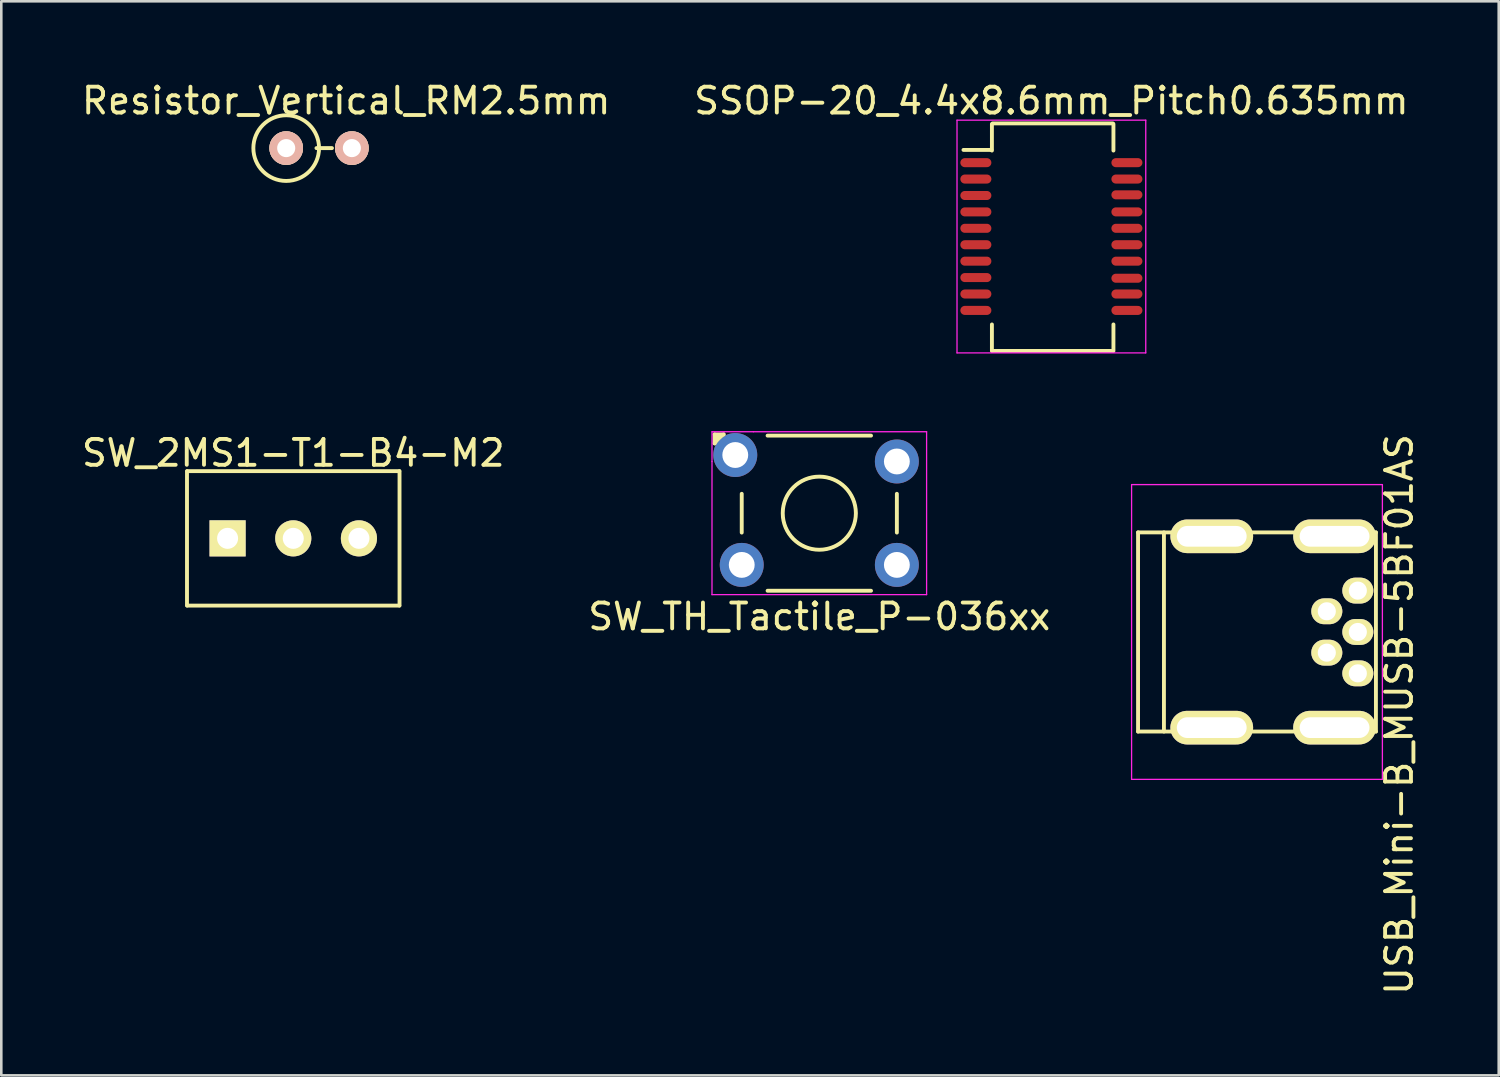
<source format=kicad_pcb>
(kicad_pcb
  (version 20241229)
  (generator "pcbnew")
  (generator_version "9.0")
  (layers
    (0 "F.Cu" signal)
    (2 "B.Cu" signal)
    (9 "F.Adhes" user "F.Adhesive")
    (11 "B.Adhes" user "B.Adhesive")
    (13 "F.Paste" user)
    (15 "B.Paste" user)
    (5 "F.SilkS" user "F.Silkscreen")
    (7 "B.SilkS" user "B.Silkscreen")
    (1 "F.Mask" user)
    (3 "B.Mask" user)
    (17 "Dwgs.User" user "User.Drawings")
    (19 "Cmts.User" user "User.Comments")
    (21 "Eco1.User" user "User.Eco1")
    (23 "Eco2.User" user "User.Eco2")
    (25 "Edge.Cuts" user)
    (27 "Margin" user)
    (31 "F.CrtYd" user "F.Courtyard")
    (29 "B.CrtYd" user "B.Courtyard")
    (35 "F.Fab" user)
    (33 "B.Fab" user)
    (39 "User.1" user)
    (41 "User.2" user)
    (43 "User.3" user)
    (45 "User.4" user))
  (footprint "USB_Mini-B_MUSB-5BF01AS"
    (layer "F.Cu")
    (at 45.565 21.392)
    (property "Reference" "USB_Mini-B_MUSB-5BF01AS" (at 5.5 3.19 90) (layer "F.SilkS") (effects (font (size 1 1) (thickness 0.15))))
    (attr smd)
    (fp_line (start -4.6 -3.851) (end -4.6 3.851) (stroke (width 0.15) (type solid)) (layer "F.SilkS"))
    (fp_line (start -4.6 3.851) (end 4.6 3.851) (stroke (width 0.15) (type solid)) (layer "F.SilkS"))
    (fp_line (start -3.599 -3.851) (end -3.599 3.851) (stroke (width 0.15) (type solid)) (layer "F.SilkS"))
    (fp_line (start 4.6 -3.851) (end -4.6 -3.851) (stroke (width 0.15) (type solid)) (layer "F.SilkS"))
    (fp_line (start 4.6 3.851) (end 4.6 -3.851) (stroke (width 0.15) (type solid)) (layer "F.SilkS"))
    (fp_line (start -4.85 -5.7) (end 4.85 -5.7) (stroke (width 0.05) (type solid)) (layer "F.CrtYd"))
    (fp_line (start -4.85 5.7) (end -4.85 -5.7) (stroke (width 0.05) (type solid)) (layer "F.CrtYd"))
    (fp_line (start 4.85 -5.7) (end 4.85 5.7) (stroke (width 0.05) (type solid)) (layer "F.CrtYd"))
    (fp_line (start 4.85 5.7) (end -4.85 5.7) (stroke (width 0.05) (type solid)) (layer "F.CrtYd"))
    (pad "1" thru_hole oval (at 3.9 -1.6) (size 1.2 1) (drill 0.7) (layers "*.Cu" "*.Mask" "F.SilkS"))
    (pad "2" thru_hole oval (at 2.7 -0.8) (size 1.2 1) (drill 0.7) (layers "*.Cu" "*.Mask" "F.SilkS"))
    (pad "3" thru_hole oval (at 3.9 0) (size 1.2 1) (drill 0.7) (layers "*.Cu" "*.Mask" "F.SilkS"))
    (pad "4" thru_hole oval (at 2.7 0.8) (size 1.2 1) (drill 0.7) (layers "*.Cu" "*.Mask" "F.SilkS"))
    (pad "5" thru_hole oval (at 3.9 1.6) (size 1.2 1) (drill 0.7) (layers "*.Cu" "*.Mask" "F.SilkS"))
    (pad "6" thru_hole oval (at -1.75 -3.7) (size 3.2 1.3) (drill oval 2.7 0.8) (layers "*.Cu" "*.Mask" "F.SilkS"))
    (pad "6" thru_hole oval (at -1.75 3.7) (size 3.2 1.3) (drill oval 2.7 0.8) (layers "*.Cu" "*.Mask" "F.SilkS"))
    (pad "6" thru_hole oval (at 3 -3.7) (size 3.2 1.3) (drill oval 2.7 0.8) (layers "*.Cu" "*.Mask" "F.SilkS"))
    (pad "6" thru_hole oval (at 3 3.7) (size 3.2 1.3) (drill oval 2.7 0.8) (layers "*.Cu" "*.Mask" "F.SilkS")))
  (footprint "Resistor_Vertical_RM2.5mm"
    (layer "F.Cu")
    (at 9.289 2.678)
    (property "Reference" "Resistor_Vertical_RM2.5mm" (at 1.05 -1.83 0) (layer "F.SilkS") (effects (font (size 1 1) (thickness 0.15))))
    (attr through_hole)
    (fp_line (start -0.1 0) (end 0.5 0) (stroke (width 0.15) (type solid)) (layer "F.SilkS"))
    (fp_circle (center -1.27 0) (end 0 0) (stroke (width 0.15) (type solid)) (fill no) (layer "F.SilkS"))
    (pad "1" thru_hole circle (at -1.27 0) (size 1.3 1.3) (drill 0.7) (layers "*.Cu" "*.SilkS" "*.Mask"))
    (pad "2" thru_hole circle (at 1.27 0) (size 1.3 1.3) (drill 0.7) (layers "*.Cu" "*.SilkS" "*.Mask")))
  (footprint "SW_2MS1-T1-B4-M2"
    (layer "F.Cu")
    (at 8.292 17.771)
    (property "Reference" "SW_2MS1-T1-B4-M2" (at 0 -3.3 0) (layer "F.SilkS") (effects (font (size 1 1) (thickness 0.15))))
    (attr through_hole)
    (fp_line (start -4.11 2.6) (end -4.11 -2.6) (stroke (width 0.15) (type solid)) (layer "F.SilkS"))
    (fp_line (start -4.1 -2.6) (end 4.1 -2.6) (stroke (width 0.15) (type solid)) (layer "F.SilkS"))
    (fp_line (start 4.1 2.6) (end -4.1 2.6) (stroke (width 0.15) (type solid)) (layer "F.SilkS"))
    (fp_line (start 4.11 -2.6) (end 4.11 2.6) (stroke (width 0.15) (type solid)) (layer "F.SilkS"))
    (pad "1" thru_hole rect (at -2.54 0) (size 1.397 1.397) (drill 0.813) (layers "*.Cu" "*.Mask" "F.SilkS"))
    (pad "2" thru_hole circle (at 0 0) (size 1.397 1.397) (drill 0.813) (layers "*.Cu" "*.Mask" "F.SilkS"))
    (pad "3" thru_hole circle (at 2.54 0) (size 1.397 1.397) (drill 0.813) (layers "*.Cu" "*.Mask" "F.SilkS")))
  (footprint "SW_TH_Tactile_P-036xx"
    (layer "F.Cu")
    (at 28.637 16.798)
    (property "Reference" "SW_TH_Tactile_P-036xx" (at 0 4 0) (layer "F.SilkS") (effects (font (size 1 1) (thickness 0.15))))
    (attr through_hole)
    (fp_line (start -4.05 -3.05) (end -4.05 -2.7) (stroke (width 0.15) (type solid)) (layer "F.SilkS"))
    (fp_line (start -4.05 -3.05) (end -3.7 -3.05) (stroke (width 0.15) (type solid)) (layer "F.SilkS"))
    (fp_line (start -3.95 -3) (end -3.95 -2.9) (stroke (width 0.15) (type solid)) (layer "F.SilkS"))
    (fp_line (start -3 0) (end -3 0) (stroke (width 0.1) (type solid)) (layer "F.SilkS"))
    (fp_line (start -3 0.75) (end -3 -0.75) (stroke (width 0.15) (type solid)) (layer "F.SilkS"))
    (fp_line (start -2 -3) (end 2 -3) (stroke (width 0.15) (type solid)) (layer "F.SilkS"))
    (fp_line (start -2 3) (end 2 3) (stroke (width 0.15) (type solid)) (layer "F.SilkS"))
    (fp_line (start 2 -3) (end -2 -3) (stroke (width 0.1) (type solid)) (layer "F.SilkS"))
    (fp_line (start 2 3) (end -2 3) (stroke (width 0.1) (type solid)) (layer "F.SilkS"))
    (fp_line (start 3 -0.75) (end 3 0.75) (stroke (width 0.15) (type solid)) (layer "F.SilkS"))
    (fp_line (start 3 0) (end 3 0) (stroke (width 0.1) (type solid)) (layer "F.SilkS"))
    (fp_arc (start -4.05 -2.7) (mid -3.892328 -2.892328) (end -3.7 -3.05) (stroke (width 0.15) (type solid)) (layer "F.SilkS"))
    (fp_circle (center 0 0) (end 1 1) (stroke (width 0.1) (type solid)) (fill no) (layer "F.SilkS"))
    (fp_circle (center 0 0) (end 1 1) (stroke (width 0.15) (type solid)) (fill no) (layer "F.SilkS"))
    (fp_line (start -4.15 -3.15) (end -2.55 -3.15) (stroke (width 0.05) (type solid)) (layer "F.CrtYd"))
    (fp_line (start -4.15 -2) (end -4.15 -3.15) (stroke (width 0.05) (type solid)) (layer "F.CrtYd"))
    (fp_line (start -4.15 -2) (end -4.15 3.15) (stroke (width 0.05) (type solid)) (layer "F.CrtYd"))
    (fp_line (start -4.15 3.15) (end 4.15 3.15) (stroke (width 0.05) (type solid)) (layer "F.CrtYd"))
    (fp_line (start 4.15 -3.15) (end -2.55 -3.15) (stroke (width 0.05) (type solid)) (layer "F.CrtYd"))
    (fp_line (start 4.15 3.15) (end 4.15 -3.15) (stroke (width 0.05) (type solid)) (layer "F.CrtYd"))
    (pad "1" thru_hole circle (at -3.25 -2.25) (size 1.7 1.7) (drill 1) (layers "*.Cu" "*.Mask"))
    (pad "2" thru_hole circle (at 3 -2) (size 1.7 1.7) (drill 1) (layers "*.Cu" "*.Mask"))
    (pad "3" thru_hole circle (at -3 2) (size 1.7 1.7) (drill 1) (layers "*.Cu" "*.Mask"))
    (pad "4" thru_hole circle (at 3 2) (size 1.7 1.7) (drill 1) (layers "*.Cu" "*.Mask")))
  (footprint "SSOP-20_4.4x8.6mm_Pitch0.635mm"
    (layer "F.Cu")
    (at 37.613 6.098)
    (property "Reference" "SSOP-20_4.4x8.6mm_Pitch0.635mm" (at 0 -5.25 0) (layer "F.SilkS") (effects (font (size 1 1) (thickness 0.15))))
    (attr smd)
    (fp_line (start -2.325 -3.375) (end -2.325 -3.35) (stroke (width 0.15) (type solid)) (layer "F.SilkS"))
    (fp_line (start -2.325 -3.35) (end -3.4 -3.35) (stroke (width 0.15) (type solid)) (layer "F.SilkS"))
    (fp_line (start -2.3 -3.325) (end -2.3 -4.35) (stroke (width 0.15) (type solid)) (layer "F.SilkS"))
    (fp_line (start -2.3 4.425) (end -2.3 3.4) (stroke (width 0.15) (type solid)) (layer "F.SilkS"))
    (fp_line (start -2.275 -4.375) (end 2.375 -4.375) (stroke (width 0.15) (type solid)) (layer "F.SilkS"))
    (fp_line (start -2.275 4.425) (end 2.375 4.425) (stroke (width 0.15) (type solid)) (layer "F.SilkS"))
    (fp_line (start 2.4 -3.325) (end 2.4 -4.35) (stroke (width 0.15) (type solid)) (layer "F.SilkS"))
    (fp_line (start 2.4 4.425) (end 2.4 3.4) (stroke (width 0.15) (type solid)) (layer "F.SilkS"))
    (fp_line (start -3.65 -4.5) (end -3.65 4.5) (stroke (width 0.05) (type solid)) (layer "F.CrtYd"))
    (fp_line (start -3.65 -4.5) (end 3.65 -4.5) (stroke (width 0.05) (type solid)) (layer "F.CrtYd"))
    (fp_line (start -3.65 4.5) (end 3.65 4.5) (stroke (width 0.05) (type solid)) (layer "F.CrtYd"))
    (fp_line (start 3.65 -4.5) (end 3.65 4.5) (stroke (width 0.05) (type solid)) (layer "F.CrtYd"))
    (pad "1" smd oval (at -2.921 -2.857) (size 1.2 0.35) (layers "F.Cu" "F.Mask" "F.Paste"))
    (pad "2" smd oval (at -2.921 -2.223) (size 1.2 0.35) (layers "F.Cu" "F.Mask" "F.Paste"))
    (pad "3" smd oval (at -2.921 -1.587) (size 1.2 0.35) (layers "F.Cu" "F.Mask" "F.Paste"))
    (pad "4" smd oval (at -2.921 -0.953) (size 1.2 0.35) (layers "F.Cu" "F.Mask" "F.Paste"))
    (pad "5" smd oval (at -2.921 -0.318) (size 1.2 0.35) (layers "F.Cu" "F.Mask" "F.Paste"))
    (pad "6" smd oval (at -2.921 0.318) (size 1.2 0.35) (layers "F.Cu" "F.Mask" "F.Paste"))
    (pad "7" smd oval (at -2.921 0.953) (size 1.2 0.35) (layers "F.Cu" "F.Mask" "F.Paste"))
    (pad "8" smd oval (at -2.921 1.587) (size 1.2 0.35) (layers "F.Cu" "F.Mask" "F.Paste"))
    (pad "9" smd oval (at -2.921 2.223) (size 1.2 0.35) (layers "F.Cu" "F.Mask" "F.Paste"))
    (pad "10" smd oval (at -2.921 2.857) (size 1.2 0.35) (layers "F.Cu" "F.Mask" "F.Paste"))
    (pad "11" smd oval (at 2.921 2.857) (size 1.2 0.35) (layers "F.Cu" "F.Mask" "F.Paste"))
    (pad "12" smd oval (at 2.921 2.223) (size 1.2 0.35) (layers "F.Cu" "F.Mask" "F.Paste"))
    (pad "13" smd oval (at 2.921 1.613) (size 1.2 0.35) (layers "F.Cu" "F.Mask" "F.Paste"))
    (pad "14" smd oval (at 2.921 0.953) (size 1.2 0.35) (layers "F.Cu" "F.Mask" "F.Paste"))
    (pad "15" smd oval (at 2.921 0.318) (size 1.2 0.35) (layers "F.Cu" "F.Mask" "F.Paste"))
    (pad "16" smd oval (at 2.921 -0.318) (size 1.2 0.35) (layers "F.Cu" "F.Mask" "F.Paste"))
    (pad "17" smd oval (at 2.921 -0.953) (size 1.2 0.35) (layers "F.Cu" "F.Mask" "F.Paste"))
    (pad "18" smd oval (at 2.921 -1.613) (size 1.2 0.35) (layers "F.Cu" "F.Mask" "F.Paste"))
    (pad "19" smd oval (at 2.921 -2.223) (size 1.2 0.35) (layers "F.Cu" "F.Mask" "F.Paste"))
    (pad "20" smd oval (at 2.921 -2.857) (size 1.2 0.35) (layers "F.Cu" "F.Mask" "F.Paste")))
  (gr_rect
    (start -3 -3)
    (end 54.914 38.54)
    (stroke (width 0.1) (type default))
    (fill no)
    (layer "Edge.Cuts")))
</source>
